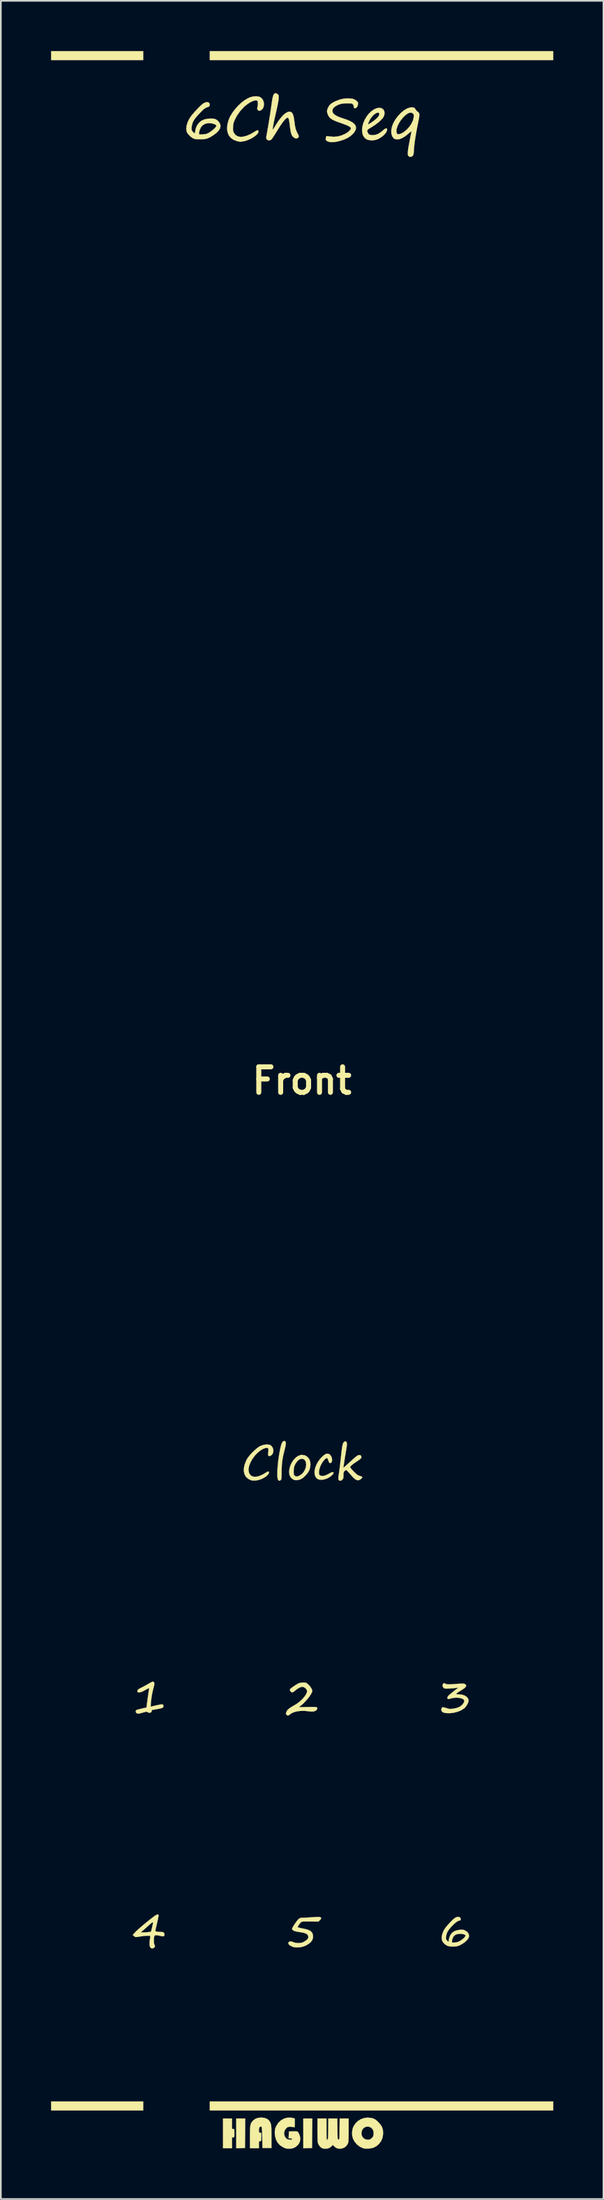
<source format=kicad_pcb>
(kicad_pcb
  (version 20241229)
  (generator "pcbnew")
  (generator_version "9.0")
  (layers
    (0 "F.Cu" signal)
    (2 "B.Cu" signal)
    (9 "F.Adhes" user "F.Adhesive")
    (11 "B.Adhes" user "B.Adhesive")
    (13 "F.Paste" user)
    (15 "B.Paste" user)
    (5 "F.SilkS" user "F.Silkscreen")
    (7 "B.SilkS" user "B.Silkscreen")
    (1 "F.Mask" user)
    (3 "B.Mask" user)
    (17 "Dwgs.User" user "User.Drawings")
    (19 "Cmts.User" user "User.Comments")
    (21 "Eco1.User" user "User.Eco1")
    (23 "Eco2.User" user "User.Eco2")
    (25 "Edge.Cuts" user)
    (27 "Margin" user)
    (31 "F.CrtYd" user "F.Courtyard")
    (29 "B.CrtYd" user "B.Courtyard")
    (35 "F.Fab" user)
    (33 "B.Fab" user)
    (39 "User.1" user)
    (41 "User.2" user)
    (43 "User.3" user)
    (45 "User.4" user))
  (footprint "Front"
    (layer "F.Cu")
    (at 14.991 61.529)
    (property "Reference" "Front" (at 0 0 0) (layer "F.SilkS") (effects (font (size 1.524 1.524) (thickness 0.3))))
    (attr through_hole)
    (fp_poly (pts (xy -9.483 -60.988) (xy -14.986 -60.988) (xy -14.986 -61.524) (xy -9.483 -61.524) (xy -9.483 -60.988)) (stroke (width 0.01) (type solid)) (fill yes) (layer "F.SilkS"))
    (fp_poly (pts (xy -9.483 61.524) (xy -14.986 61.524) (xy -14.986 60.988) (xy -9.483 60.988) (xy -9.483 61.524)) (stroke (width 0.01) (type solid)) (fill yes) (layer "F.SilkS"))
    (fp_poly (pts (xy 15.014 -60.988) (xy -5.503 -60.988) (xy -5.503 -61.524) (xy 15.014 -61.524) (xy 15.014 -60.988)) (stroke (width 0.01) (type solid)) (fill yes) (layer "F.SilkS"))
    (fp_poly (pts (xy 15.014 61.524) (xy -5.503 61.524) (xy -5.503 60.988) (xy 15.014 60.988) (xy 15.014 61.524)) (stroke (width 0.01) (type solid)) (fill yes) (layer "F.SilkS"))
    (fp_poly (pts (xy -3.393 62.886) (xy -3.401 63.768) (xy -3.662 63.776) (xy -3.923 63.784) (xy -3.923 62.004) (xy -3.386 62.004) (xy -3.393 62.886)) (stroke (width 0.01) (type solid)) (fill yes) (layer "F.SilkS"))
    (fp_poly (pts (xy 0.614 62.886) (xy 0.607 63.768) (xy 0.346 63.776) (xy 0.085 63.784) (xy 0.085 62.004) (xy 0.622 62.004) (xy 0.614 62.886)) (stroke (width 0.01) (type solid)) (fill yes) (layer "F.SilkS"))
    (fp_poly (pts (xy -4.177 62.625) (xy -4.106 62.625) (xy -4.073 62.627) (xy -4.052 62.64) (xy -4.041 62.676) (xy -4.037 62.744) (xy -4.036 62.857) (xy -4.036 62.879) (xy -4.036 62.999) (xy -4.04 63.074) (xy -4.05 63.114) (xy -4.069 63.13) (xy -4.1 63.133) (xy -4.106 63.133) (xy -4.177 63.133) (xy -4.177 63.782) (xy -4.713 63.782) (xy -4.713 62.004) (xy -4.177 62.004) (xy -4.177 62.625)) (stroke (width 0.01) (type solid)) (fill yes) (layer "F.SilkS"))
    (fp_poly (pts (xy -0.984 21.555) (xy -0.961 21.636) (xy -0.96 21.671) (xy -0.967 21.74) (xy -0.987 21.847) (xy -1.016 21.977) (xy -1.043 22.085) (xy -1.118 22.391) (xy -1.169 22.671) (xy -1.199 22.949) (xy -1.212 23.247) (xy -1.213 23.371) (xy -1.214 23.54) (xy -1.217 23.662) (xy -1.222 23.746) (xy -1.232 23.8) (xy -1.246 23.835) (xy -1.265 23.858) (xy -1.329 23.899) (xy -1.381 23.888) (xy -1.424 23.841) (xy -1.449 23.771) (xy -1.464 23.653) (xy -1.469 23.494) (xy -1.465 23.302) (xy -1.451 23.084) (xy -1.429 22.849) (xy -1.4 22.603) (xy -1.363 22.353) (xy -1.319 22.108) (xy -1.294 21.985) (xy -1.253 21.814) (xy -1.215 21.69) (xy -1.174 21.606) (xy -1.129 21.552) (xy -1.099 21.532) (xy -1.032 21.519) (xy -0.984 21.555)) (stroke (width 0.01) (type solid)) (fill yes) (layer "F.SilkS"))
    (fp_poly (pts (xy 1.577 22.285) (xy 1.614 22.298) (xy 1.693 22.356) (xy 1.754 22.447) (xy 1.793 22.555) (xy 1.805 22.666) (xy 1.788 22.762) (xy 1.75 22.817) (xy 1.691 22.847) (xy 1.639 22.821) (xy 1.596 22.74) (xy 1.58 22.691) (xy 1.545 22.59) (xy 1.504 22.544) (xy 1.451 22.55) (xy 1.378 22.606) (xy 1.347 22.638) (xy 1.227 22.792) (xy 1.126 22.974) (xy 1.055 23.164) (xy 1.023 23.332) (xy 1.019 23.454) (xy 1.037 23.534) (xy 1.081 23.581) (xy 1.159 23.607) (xy 1.172 23.61) (xy 1.29 23.611) (xy 1.43 23.57) (xy 1.597 23.487) (xy 1.643 23.46) (xy 1.756 23.402) (xy 1.838 23.381) (xy 1.884 23.395) (xy 1.89 23.438) (xy 1.851 23.509) (xy 1.788 23.578) (xy 1.651 23.685) (xy 1.492 23.768) (xy 1.325 23.821) (xy 1.163 23.842) (xy 1.02 23.826) (xy 0.969 23.808) (xy 0.862 23.731) (xy 0.792 23.62) (xy 0.757 23.48) (xy 0.757 23.319) (xy 0.791 23.143) (xy 0.858 22.961) (xy 0.955 22.777) (xy 1.083 22.6) (xy 1.183 22.491) (xy 1.305 22.378) (xy 1.406 22.309) (xy 1.493 22.279) (xy 1.577 22.285)) (stroke (width 0.01) (type solid)) (fill yes) (layer "F.SilkS"))
    (fp_poly (pts (xy 0.168 22.376) (xy 0.305 22.45) (xy 0.416 22.574) (xy 0.454 22.64) (xy 0.497 22.774) (xy 0.51 22.936) (xy 0.493 23.104) (xy 0.446 23.26) (xy 0.439 23.276) (xy 0.354 23.419) (xy 0.236 23.564) (xy 0.103 23.693) (xy -0.017 23.781) (xy -0.149 23.837) (xy -0.292 23.864) (xy -0.425 23.859) (xy -0.495 23.838) (xy -0.603 23.764) (xy -0.692 23.658) (xy -0.746 23.539) (xy -0.75 23.52) (xy -0.763 23.334) (xy -0.761 23.321) (xy -0.492 23.321) (xy -0.491 23.435) (xy -0.484 23.507) (xy -0.468 23.553) (xy -0.439 23.587) (xy -0.427 23.596) (xy -0.366 23.637) (xy -0.307 23.647) (xy -0.229 23.627) (xy -0.175 23.606) (xy -0.035 23.522) (xy 0.084 23.401) (xy 0.175 23.256) (xy 0.235 23.098) (xy 0.258 22.937) (xy 0.238 22.787) (xy 0.21 22.716) (xy 0.139 22.629) (xy 0.044 22.588) (xy -0.064 22.592) (xy -0.176 22.642) (xy -0.268 22.722) (xy -0.384 22.876) (xy -0.455 23.038) (xy -0.488 23.225) (xy -0.492 23.321) (xy -0.761 23.321) (xy -0.736 23.142) (xy -0.675 22.954) (xy -0.585 22.778) (xy -0.473 22.622) (xy -0.342 22.494) (xy -0.2 22.403) (xy -0.05 22.357) (xy 0.005 22.353) (xy 0.168 22.376)) (stroke (width 0.01) (type solid)) (fill yes) (layer "F.SilkS"))
    (fp_poly (pts (xy 4.153 61.973) (xy 4.223 61.992) (xy 4.318 62.028) (xy 4.402 62.076) (xy 4.49 62.148) (xy 4.574 62.228) (xy 4.708 62.381) (xy 4.794 62.53) (xy 4.841 62.693) (xy 4.852 62.884) (xy 4.85 62.944) (xy 4.815 63.164) (xy 4.733 63.357) (xy 4.601 63.528) (xy 4.587 63.543) (xy 4.431 63.672) (xy 4.263 63.754) (xy 4.07 63.795) (xy 3.965 63.802) (xy 3.848 63.802) (xy 3.745 63.797) (xy 3.676 63.787) (xy 3.669 63.785) (xy 3.469 63.693) (xy 3.291 63.557) (xy 3.147 63.389) (xy 3.049 63.202) (xy 3.004 63.011) (xy 3 62.836) (xy 3.56 62.836) (xy 3.565 62.974) (xy 3.613 63.097) (xy 3.699 63.193) (xy 3.818 63.255) (xy 3.944 63.274) (xy 4.034 63.265) (xy 4.108 63.23) (xy 4.168 63.18) (xy 4.23 63.115) (xy 4.264 63.051) (xy 4.28 62.964) (xy 4.283 62.931) (xy 4.277 62.772) (xy 4.227 62.647) (xy 4.132 62.552) (xy 4.112 62.539) (xy 3.984 62.491) (xy 3.854 62.493) (xy 3.734 62.541) (xy 3.638 62.632) (xy 3.603 62.69) (xy 3.56 62.836) (xy 3 62.836) (xy 2.999 62.803) (xy 3.035 62.602) (xy 3.069 62.507) (xy 3.182 62.319) (xy 3.334 62.165) (xy 3.515 62.049) (xy 3.718 61.976) (xy 3.934 61.95) (xy 4.153 61.973)) (stroke (width 0.01) (type solid)) (fill yes) (layer "F.SilkS"))
    (fp_poly (pts (xy -2.24 61.967) (xy -2.082 62.026) (xy -1.962 62.125) (xy -1.878 62.265) (xy -1.872 62.28) (xy -1.855 62.33) (xy -1.842 62.386) (xy -1.833 62.458) (xy -1.827 62.552) (xy -1.823 62.678) (xy -1.821 62.843) (xy -1.82 63.055) (xy -1.82 63.091) (xy -1.82 63.768) (xy -2.357 63.768) (xy -2.371 63.133) (xy -2.376 62.928) (xy -2.38 62.771) (xy -2.386 62.658) (xy -2.392 62.58) (xy -2.401 62.531) (xy -2.412 62.504) (xy -2.427 62.492) (xy -2.436 62.489) (xy -2.504 62.496) (xy -2.548 62.551) (xy -2.567 62.654) (xy -2.568 62.699) (xy -2.566 62.787) (xy -2.556 62.832) (xy -2.531 62.849) (xy -2.498 62.851) (xy -2.464 62.853) (xy -2.444 62.866) (xy -2.432 62.902) (xy -2.428 62.97) (xy -2.427 63.082) (xy -2.427 63.105) (xy -2.428 63.225) (xy -2.431 63.3) (xy -2.441 63.34) (xy -2.46 63.356) (xy -2.491 63.359) (xy -2.498 63.359) (xy -2.534 63.362) (xy -2.555 63.377) (xy -2.565 63.418) (xy -2.568 63.496) (xy -2.568 63.571) (xy -2.568 63.782) (xy -3.104 63.782) (xy -3.104 63.129) (xy -3.104 62.889) (xy -3.1 62.698) (xy -3.092 62.548) (xy -3.079 62.432) (xy -3.059 62.342) (xy -3.031 62.271) (xy -2.993 62.211) (xy -2.944 62.154) (xy -2.922 62.131) (xy -2.783 62.025) (xy -2.621 61.966) (xy -2.438 61.948) (xy -2.24 61.967)) (stroke (width 0.01) (type solid)) (fill yes) (layer "F.SilkS"))
    (fp_poly (pts (xy -0.529 61.977) (xy -0.423 62.007) (xy -0.423 62.276) (xy -0.424 62.4) (xy -0.427 62.477) (xy -0.435 62.517) (xy -0.451 62.53) (xy -0.477 62.525) (xy -0.487 62.521) (xy -0.552 62.508) (xy -0.646 62.499) (xy -0.697 62.498) (xy -0.794 62.504) (xy -0.862 62.527) (xy -0.925 62.577) (xy -0.929 62.58) (xy -1.018 62.7) (xy -1.06 62.838) (xy -1.056 62.979) (xy -1.004 63.111) (xy -0.962 63.168) (xy -0.899 63.224) (xy -0.825 63.255) (xy -0.739 63.267) (xy -0.652 63.273) (xy -0.608 63.266) (xy -0.593 63.244) (xy -0.593 63.235) (xy -0.61 63.203) (xy -0.668 63.19) (xy -0.693 63.19) (xy -0.793 63.19) (xy -0.776 62.78) (xy -0.528 62.772) (xy -0.407 62.769) (xy -0.328 62.772) (xy -0.279 62.784) (xy -0.246 62.806) (xy -0.224 62.829) (xy -0.166 62.927) (xy -0.122 63.055) (xy -0.098 63.188) (xy -0.101 63.294) (xy -0.141 63.435) (xy -0.212 63.553) (xy -0.287 63.633) (xy -0.423 63.734) (xy -0.579 63.792) (xy -0.767 63.81) (xy -0.771 63.81) (xy -0.893 63.804) (xy -0.997 63.779) (xy -1.114 63.729) (xy -1.126 63.723) (xy -1.311 63.601) (xy -1.455 63.442) (xy -1.554 63.249) (xy -1.609 63.026) (xy -1.62 62.845) (xy -1.615 62.717) (xy -1.598 62.618) (xy -1.563 62.521) (xy -1.527 62.444) (xy -1.409 62.261) (xy -1.256 62.117) (xy -1.077 62.014) (xy -0.88 61.958) (xy -0.674 61.951) (xy -0.529 61.977)) (stroke (width 0.01) (type solid)) (fill yes) (layer "F.SilkS"))
    (fp_poly (pts (xy -1.915 21.755) (xy -1.852 21.79) (xy -1.766 21.886) (xy -1.717 22.002) (xy -1.705 22.124) (xy -1.728 22.241) (xy -1.785 22.34) (xy -1.875 22.407) (xy -1.908 22.42) (xy -1.977 22.422) (xy -2.015 22.376) (xy -2.023 22.282) (xy -2.011 22.188) (xy -1.997 22.074) (xy -2.002 21.995) (xy -2.008 21.978) (xy -2.058 21.938) (xy -2.141 21.934) (xy -2.249 21.963) (xy -2.374 22.023) (xy -2.509 22.111) (xy -2.646 22.224) (xy -2.655 22.231) (xy -2.82 22.406) (xy -2.961 22.599) (xy -3.073 22.8) (xy -3.151 22.998) (xy -3.187 23.181) (xy -3.189 23.231) (xy -3.169 23.395) (xy -3.11 23.521) (xy -3.017 23.608) (xy -2.893 23.654) (xy -2.742 23.659) (xy -2.568 23.622) (xy -2.375 23.542) (xy -2.24 23.465) (xy -2.128 23.397) (xy -2.053 23.358) (xy -2.007 23.344) (xy -1.981 23.354) (xy -1.967 23.378) (xy -1.971 23.439) (xy -2.016 23.516) (xy -2.094 23.6) (xy -2.188 23.673) (xy -2.381 23.78) (xy -2.582 23.853) (xy -2.778 23.888) (xy -2.956 23.884) (xy -3.042 23.864) (xy -3.212 23.783) (xy -3.34 23.668) (xy -3.426 23.52) (xy -3.469 23.346) (xy -3.467 23.147) (xy -3.421 22.928) (xy -3.329 22.692) (xy -3.293 22.62) (xy -3.216 22.5) (xy -3.104 22.361) (xy -2.971 22.216) (xy -2.827 22.077) (xy -2.684 21.955) (xy -2.555 21.862) (xy -2.498 21.83) (xy -2.343 21.769) (xy -2.185 21.736) (xy -2.038 21.731) (xy -1.915 21.755)) (stroke (width 0.01) (type solid)) (fill yes) (layer "F.SilkS"))
    (fp_poly (pts (xy 1.468 62.641) (xy 1.468 62.847) (xy 1.469 63.003) (xy 1.472 63.116) (xy 1.476 63.192) (xy 1.483 63.239) (xy 1.493 63.262) (xy 1.507 63.27) (xy 1.517 63.269) (xy 1.533 63.262) (xy 1.546 63.242) (xy 1.555 63.204) (xy 1.562 63.139) (xy 1.566 63.041) (xy 1.57 62.904) (xy 1.573 62.72) (xy 1.574 62.632) (xy 1.582 62.004) (xy 2.116 62.004) (xy 2.123 62.632) (xy 2.126 62.836) (xy 2.129 62.99) (xy 2.132 63.101) (xy 2.138 63.177) (xy 2.146 63.224) (xy 2.156 63.249) (xy 2.171 63.258) (xy 2.187 63.26) (xy 2.206 63.258) (xy 2.22 63.247) (xy 2.23 63.22) (xy 2.237 63.17) (xy 2.242 63.091) (xy 2.246 62.975) (xy 2.249 62.816) (xy 2.251 62.632) (xy 2.259 62.004) (xy 2.794 62.004) (xy 2.793 62.703) (xy 2.793 62.924) (xy 2.791 63.096) (xy 2.788 63.227) (xy 2.783 63.325) (xy 2.775 63.398) (xy 2.764 63.452) (xy 2.749 63.496) (xy 2.74 63.517) (xy 2.65 63.653) (xy 2.523 63.749) (xy 2.372 63.8) (xy 2.343 63.804) (xy 2.207 63.808) (xy 2.101 63.785) (xy 2.006 63.729) (xy 1.951 63.683) (xy 1.843 63.586) (xy 1.775 63.659) (xy 1.665 63.75) (xy 1.539 63.798) (xy 1.403 63.81) (xy 1.276 63.799) (xy 1.176 63.761) (xy 1.154 63.747) (xy 1.082 63.681) (xy 1.015 63.592) (xy 0.995 63.557) (xy 0.975 63.516) (xy 0.96 63.475) (xy 0.949 63.426) (xy 0.941 63.361) (xy 0.936 63.273) (xy 0.933 63.153) (xy 0.932 62.995) (xy 0.931 62.791) (xy 0.931 62.718) (xy 0.931 62.004) (xy 1.468 62.004) (xy 1.468 62.641)) (stroke (width 0.01) (type solid)) (fill yes) (layer "F.SilkS"))
    (fp_poly (pts (xy -2.591 -58.811) (xy -2.484 -58.772) (xy -2.374 -58.678) (xy -2.3 -58.548) (xy -2.267 -58.394) (xy -2.268 -58.309) (xy -2.301 -58.158) (xy -2.367 -58.05) (xy -2.471 -57.98) (xy -2.479 -57.977) (xy -2.544 -57.956) (xy -2.588 -57.965) (xy -2.627 -57.999) (xy -2.67 -58.069) (xy -2.668 -58.119) (xy -2.645 -58.225) (xy -2.633 -58.339) (xy -2.632 -58.444) (xy -2.642 -58.523) (xy -2.655 -58.549) (xy -2.716 -58.581) (xy -2.81 -58.577) (xy -2.93 -58.542) (xy -3.066 -58.478) (xy -3.212 -58.388) (xy -3.359 -58.277) (xy -3.453 -58.195) (xy -3.692 -57.938) (xy -3.887 -57.657) (xy -3.998 -57.446) (xy -4.055 -57.317) (xy -4.089 -57.209) (xy -4.108 -57.095) (xy -4.115 -56.995) (xy -4.119 -56.869) (xy -4.113 -56.78) (xy -4.095 -56.709) (xy -4.068 -56.65) (xy -3.975 -56.522) (xy -3.85 -56.439) (xy -3.697 -56.402) (xy -3.516 -56.41) (xy -3.31 -56.463) (xy -3.08 -56.561) (xy -2.83 -56.704) (xy -2.789 -56.731) (xy -2.695 -56.784) (xy -2.635 -56.796) (xy -2.604 -56.765) (xy -2.596 -56.706) (xy -2.622 -56.63) (xy -2.692 -56.543) (xy -2.798 -56.451) (xy -2.93 -56.361) (xy -3.08 -56.277) (xy -3.238 -56.207) (xy -3.395 -56.157) (xy -3.436 -56.147) (xy -3.56 -56.123) (xy -3.651 -56.112) (xy -3.729 -56.114) (xy -3.816 -56.131) (xy -3.891 -56.15) (xy -4.093 -56.229) (xy -4.253 -56.345) (xy -4.37 -56.494) (xy -4.444 -56.674) (xy -4.473 -56.884) (xy -4.455 -57.119) (xy -4.391 -57.378) (xy -4.385 -57.398) (xy -4.289 -57.619) (xy -4.153 -57.845) (xy -3.986 -58.067) (xy -3.796 -58.276) (xy -3.592 -58.463) (xy -3.382 -58.618) (xy -3.175 -58.733) (xy -3.071 -58.775) (xy -2.905 -58.815) (xy -2.74 -58.827) (xy -2.591 -58.811)) (stroke (width 0.01) (type solid)) (fill yes) (layer "F.SilkS"))
    (fp_poly (pts (xy 4.753 -58.116) (xy 4.767 -58.11) (xy 4.863 -58.043) (xy 4.921 -57.942) (xy 4.94 -57.818) (xy 4.916 -57.681) (xy 4.884 -57.604) (xy 4.814 -57.502) (xy 4.703 -57.384) (xy 4.561 -57.259) (xy 4.398 -57.135) (xy 4.225 -57.021) (xy 4.207 -57.01) (xy 4.076 -56.931) (xy 3.986 -56.873) (xy 3.933 -56.829) (xy 3.908 -56.789) (xy 3.906 -56.748) (xy 3.919 -56.697) (xy 3.923 -56.684) (xy 3.97 -56.588) (xy 4.042 -56.53) (xy 4.147 -56.506) (xy 4.27 -56.507) (xy 4.417 -56.53) (xy 4.549 -56.578) (xy 4.682 -56.658) (xy 4.831 -56.777) (xy 4.836 -56.782) (xy 4.944 -56.868) (xy 5.021 -56.91) (xy 5.068 -56.907) (xy 5.089 -56.86) (xy 5.09 -56.817) (xy 5.061 -56.718) (xy 4.989 -56.607) (xy 4.883 -56.495) (xy 4.752 -56.389) (xy 4.607 -56.299) (xy 4.489 -56.245) (xy 4.319 -56.201) (xy 4.141 -56.191) (xy 3.974 -56.214) (xy 3.873 -56.25) (xy 3.748 -56.342) (xy 3.66 -56.471) (xy 3.608 -56.632) (xy 3.594 -56.819) (xy 3.617 -57.025) (xy 3.654 -57.159) (xy 3.957 -57.159) (xy 3.965 -57.15) (xy 3.996 -57.164) (xy 4.059 -57.201) (xy 4.129 -57.245) (xy 4.321 -57.379) (xy 4.469 -57.505) (xy 4.57 -57.618) (xy 4.622 -57.717) (xy 4.628 -57.761) (xy 4.611 -57.825) (xy 4.565 -57.851) (xy 4.496 -57.843) (xy 4.412 -57.804) (xy 4.32 -57.74) (xy 4.227 -57.654) (xy 4.14 -57.55) (xy 4.066 -57.434) (xy 4.056 -57.415) (xy 4 -57.296) (xy 3.966 -57.209) (xy 3.957 -57.159) (xy 3.654 -57.159) (xy 3.678 -57.245) (xy 3.754 -57.421) (xy 3.868 -57.619) (xy 4.003 -57.791) (xy 4.151 -57.933) (xy 4.307 -58.041) (xy 4.464 -58.111) (xy 4.615 -58.137) (xy 4.753 -58.116)) (stroke (width 0.01) (type solid)) (fill yes) (layer "F.SilkS"))
    (fp_poly (pts (xy 0.183 35.958) (xy 0.25 35.973) (xy 0.309 36.009) (xy 0.384 36.074) (xy 0.482 36.179) (xy 0.56 36.29) (xy 0.609 36.392) (xy 0.621 36.455) (xy 0.601 36.535) (xy 0.545 36.643) (xy 0.462 36.771) (xy 0.357 36.909) (xy 0.237 37.049) (xy 0.111 37.181) (xy -0.015 37.297) (xy -0.099 37.363) (xy -0.183 37.425) (xy 0.35 37.417) (xy 0.538 37.414) (xy 0.678 37.414) (xy 0.776 37.417) (xy 0.842 37.422) (xy 0.882 37.432) (xy 0.905 37.445) (xy 0.912 37.455) (xy 0.922 37.517) (xy 0.888 37.583) (xy 0.818 37.641) (xy 0.735 37.676) (xy 0.613 37.692) (xy 0.459 37.68) (xy 0.446 37.678) (xy 0.188 37.65) (xy -0.058 37.649) (xy -0.283 37.675) (xy -0.478 37.725) (xy -0.634 37.799) (xy -0.692 37.843) (xy -0.776 37.907) (xy -0.838 37.927) (xy -0.891 37.907) (xy -0.915 37.886) (xy -0.949 37.844) (xy -0.956 37.8) (xy -0.937 37.734) (xy -0.921 37.696) (xy -0.876 37.617) (xy -0.803 37.54) (xy -0.695 37.459) (xy -0.545 37.367) (xy -0.469 37.325) (xy -0.293 37.216) (xy -0.127 37.088) (xy 0.022 36.949) (xy 0.147 36.807) (xy 0.242 36.67) (xy 0.298 36.546) (xy 0.31 36.467) (xy 0.285 36.383) (xy 0.221 36.303) (xy 0.133 36.241) (xy 0.038 36.21) (xy 0.019 36.209) (xy -0.07 36.228) (xy -0.182 36.28) (xy -0.304 36.356) (xy -0.42 36.448) (xy -0.441 36.468) (xy -0.529 36.531) (xy -0.596 36.543) (xy -0.656 36.512) (xy -0.702 36.451) (xy -0.719 36.385) (xy -0.715 36.362) (xy -0.685 36.328) (xy -0.618 36.274) (xy -0.528 36.207) (xy -0.425 36.137) (xy -0.324 36.072) (xy -0.235 36.021) (xy -0.185 35.996) (xy -0.101 35.973) (xy 0.01 35.958) (xy 0.084 35.955) (xy 0.183 35.958)) (stroke (width 0.01) (type solid)) (fill yes) (layer "F.SilkS"))
    (fp_poly (pts (xy -8.851 35.922) (xy -8.822 35.988) (xy -8.822 36.087) (xy -8.845 36.19) (xy -8.9 36.394) (xy -8.951 36.629) (xy -8.991 36.871) (xy -9.018 37.097) (xy -9.021 37.135) (xy -9.04 37.398) (xy -8.958 37.379) (xy -8.883 37.362) (xy -8.782 37.338) (xy -8.721 37.323) (xy -8.553 37.286) (xy -8.433 37.265) (xy -8.353 37.261) (xy -8.307 37.273) (xy -8.294 37.286) (xy -8.268 37.367) (xy -8.292 37.436) (xy -8.347 37.475) (xy -8.401 37.49) (xy -8.494 37.512) (xy -8.61 37.535) (xy -8.731 37.558) (xy -8.841 37.578) (xy -8.924 37.59) (xy -8.954 37.592) (xy -8.97 37.616) (xy -8.975 37.66) (xy -8.998 37.72) (xy -9.056 37.756) (xy -9.132 37.763) (xy -9.207 37.736) (xy -9.226 37.722) (xy -9.256 37.704) (xy -9.297 37.7) (xy -9.364 37.712) (xy -9.468 37.74) (xy -9.497 37.749) (xy -9.64 37.789) (xy -9.741 37.81) (xy -9.811 37.812) (xy -9.859 37.798) (xy -9.89 37.773) (xy -9.929 37.707) (xy -9.925 37.64) (xy -9.885 37.596) (xy -9.837 37.579) (xy -9.749 37.554) (xy -9.635 37.526) (xy -9.562 37.509) (xy -9.288 37.447) (xy -9.273 37.329) (xy -9.254 37.179) (xy -9.232 37.017) (xy -9.209 36.851) (xy -9.186 36.692) (xy -9.166 36.55) (xy -9.148 36.435) (xy -9.136 36.358) (xy -9.13 36.329) (xy -9.131 36.3) (xy -9.166 36.3) (xy -9.24 36.333) (xy -9.354 36.397) (xy -9.376 36.41) (xy -9.514 36.484) (xy -9.636 36.53) (xy -9.735 36.547) (xy -9.802 36.533) (xy -9.828 36.499) (xy -9.831 36.439) (xy -9.803 36.387) (xy -9.736 36.335) (xy -9.622 36.276) (xy -9.607 36.268) (xy -9.494 36.212) (xy -9.358 36.138) (xy -9.223 36.062) (xy -9.186 36.04) (xy -9.081 35.979) (xy -8.989 35.931) (xy -8.926 35.903) (xy -8.907 35.899) (xy -8.851 35.922)) (stroke (width 0.01) (type solid)) (fill yes) (layer "F.SilkS"))
    (fp_poly (pts (xy 1.028 49.961) (xy 1.082 49.967) (xy 1.113 49.98) (xy 1.115 49.981) (xy 1.15 50.022) (xy 1.148 50.064) (xy 1.105 50.121) (xy 1.073 50.155) (xy 0.988 50.239) (xy 0.6 50.235) (xy 0.398 50.233) (xy 0.245 50.232) (xy 0.132 50.233) (xy 0.052 50.239) (xy -0.004 50.251) (xy -0.044 50.27) (xy -0.076 50.298) (xy -0.107 50.336) (xy -0.14 50.379) (xy -0.199 50.459) (xy -0.24 50.525) (xy -0.254 50.56) (xy -0.226 50.585) (xy -0.143 50.612) (xy -0.005 50.641) (xy 0.007 50.643) (xy 0.22 50.686) (xy 0.382 50.736) (xy 0.502 50.794) (xy 0.584 50.867) (xy 0.637 50.958) (xy 0.665 51.07) (xy 0.662 51.226) (xy 0.604 51.37) (xy 0.49 51.502) (xy 0.322 51.621) (xy 0.2 51.684) (xy 0.034 51.743) (xy -0.149 51.777) (xy -0.331 51.784) (xy -0.493 51.764) (xy -0.549 51.747) (xy -0.681 51.686) (xy -0.77 51.618) (xy -0.811 51.548) (xy -0.802 51.48) (xy -0.789 51.462) (xy -0.726 51.427) (xy -0.633 51.427) (xy -0.526 51.46) (xy -0.505 51.47) (xy -0.391 51.506) (xy -0.231 51.519) (xy -0.212 51.519) (xy -0.09 51.514) (xy 0.003 51.496) (xy 0.095 51.458) (xy 0.139 51.435) (xy 0.272 51.349) (xy 0.353 51.267) (xy 0.385 51.182) (xy 0.378 51.106) (xy 0.342 51.032) (xy 0.278 50.974) (xy 0.179 50.929) (xy 0.037 50.894) (xy -0.136 50.867) (xy -0.319 50.837) (xy -0.451 50.801) (xy -0.536 50.756) (xy -0.581 50.701) (xy -0.587 50.678) (xy -0.576 50.635) (xy -0.537 50.558) (xy -0.479 50.46) (xy -0.409 50.353) (xy -0.335 50.248) (xy -0.264 50.157) (xy -0.205 50.092) (xy -0.191 50.08) (xy -0.127 50.036) (xy -0.053 50.015) (xy 0.052 50.01) (xy 0.138 50.008) (xy 0.265 50.002) (xy 0.419 49.993) (xy 0.584 49.982) (xy 0.642 49.978) (xy 0.816 49.966) (xy 0.942 49.96) (xy 1.028 49.961)) (stroke (width 0.01) (type solid)) (fill yes) (layer "F.SilkS"))
    (fp_poly (pts (xy 9.428 49.979) (xy 9.469 50.02) (xy 9.497 50.094) (xy 9.481 50.151) (xy 9.427 50.178) (xy 9.413 50.179) (xy 9.33 50.203) (xy 9.22 50.273) (xy 9.088 50.386) (xy 8.94 50.535) (xy 8.805 50.692) (xy 8.711 50.83) (xy 8.652 50.961) (xy 8.62 51.098) (xy 8.615 51.142) (xy 8.609 51.236) (xy 8.616 51.295) (xy 8.642 51.34) (xy 8.682 51.379) (xy 8.763 51.455) (xy 8.767 51.423) (xy 8.964 51.423) (xy 8.971 51.471) (xy 8.983 51.484) (xy 9.036 51.495) (xy 9.123 51.492) (xy 9.225 51.476) (xy 9.323 51.452) (xy 9.384 51.428) (xy 9.52 51.349) (xy 9.637 51.263) (xy 9.721 51.181) (xy 9.751 51.138) (xy 9.777 51.08) (xy 9.768 51.047) (xy 9.716 51.016) (xy 9.71 51.013) (xy 9.627 50.986) (xy 9.512 50.971) (xy 9.449 50.969) (xy 9.279 50.987) (xy 9.149 51.042) (xy 9.055 51.139) (xy 8.992 51.28) (xy 8.978 51.336) (xy 8.964 51.423) (xy 8.767 51.423) (xy 8.781 51.312) (xy 8.808 51.197) (xy 8.854 51.079) (xy 8.874 51.04) (xy 8.97 50.913) (xy 9.09 50.823) (xy 9.245 50.764) (xy 9.391 50.736) (xy 9.508 50.723) (xy 9.589 50.721) (xy 9.655 50.732) (xy 9.725 50.758) (xy 9.744 50.766) (xy 9.867 50.845) (xy 9.952 50.951) (xy 9.989 51.073) (xy 9.991 51.099) (xy 9.965 51.203) (xy 9.892 51.316) (xy 9.778 51.432) (xy 9.631 51.543) (xy 9.457 51.644) (xy 9.392 51.675) (xy 9.281 51.708) (xy 9.137 51.727) (xy 8.982 51.731) (xy 8.834 51.72) (xy 8.715 51.695) (xy 8.692 51.686) (xy 8.565 51.609) (xy 8.454 51.503) (xy 8.394 51.415) (xy 8.357 51.289) (xy 8.357 51.135) (xy 8.394 50.966) (xy 8.463 50.793) (xy 8.544 50.656) (xy 8.62 50.555) (xy 8.722 50.435) (xy 8.836 50.31) (xy 8.951 50.191) (xy 9.054 50.093) (xy 9.127 50.033) (xy 9.24 49.971) (xy 9.344 49.953) (xy 9.428 49.979)) (stroke (width 0.01) (type solid)) (fill yes) (layer "F.SilkS"))
    (fp_poly (pts (xy 6.67 -58.156) (xy 6.738 -58.122) (xy 6.783 -58.055) (xy 6.785 -58.05) (xy 6.83 -57.982) (xy 6.9 -57.916) (xy 6.916 -57.905) (xy 6.967 -57.865) (xy 7 -57.819) (xy 7.017 -57.757) (xy 7.018 -57.672) (xy 7.003 -57.553) (xy 6.973 -57.393) (xy 6.957 -57.317) (xy 6.885 -56.958) (xy 6.823 -56.62) (xy 6.772 -56.311) (xy 6.732 -56.037) (xy 6.707 -55.805) (xy 6.697 -55.674) (xy 6.688 -55.521) (xy 6.676 -55.414) (xy 6.661 -55.341) (xy 6.64 -55.292) (xy 6.626 -55.272) (xy 6.551 -55.216) (xy 6.464 -55.206) (xy 6.382 -55.242) (xy 6.364 -55.259) (xy 6.341 -55.301) (xy 6.328 -55.368) (xy 6.328 -55.463) (xy 6.34 -55.593) (xy 6.364 -55.762) (xy 6.402 -55.976) (xy 6.449 -56.219) (xy 6.48 -56.379) (xy 6.508 -56.52) (xy 6.53 -56.633) (xy 6.543 -56.709) (xy 6.547 -56.736) (xy 6.528 -56.729) (xy 6.478 -56.691) (xy 6.404 -56.628) (xy 6.36 -56.588) (xy 6.18 -56.442) (xy 6.003 -56.333) (xy 5.838 -56.267) (xy 5.703 -56.247) (xy 5.573 -56.264) (xy 5.477 -56.321) (xy 5.402 -56.425) (xy 5.388 -56.455) (xy 5.343 -56.621) (xy 5.342 -56.752) (xy 5.644 -56.752) (xy 5.661 -56.638) (xy 5.672 -56.615) (xy 5.703 -56.574) (xy 5.748 -56.56) (xy 5.82 -56.566) (xy 5.914 -56.593) (xy 6.026 -56.648) (xy 6.09 -56.689) (xy 6.262 -56.83) (xy 6.415 -56.998) (xy 6.54 -57.182) (xy 6.631 -57.369) (xy 6.678 -57.548) (xy 6.681 -57.575) (xy 6.687 -57.672) (xy 6.678 -57.734) (xy 6.652 -57.779) (xy 6.636 -57.796) (xy 6.548 -57.847) (xy 6.442 -57.847) (xy 6.318 -57.795) (xy 6.18 -57.692) (xy 6.046 -57.56) (xy 5.912 -57.396) (xy 5.802 -57.224) (xy 5.718 -57.054) (xy 5.664 -56.894) (xy 5.644 -56.752) (xy 5.342 -56.752) (xy 5.342 -56.81) (xy 5.384 -57.016) (xy 5.467 -57.23) (xy 5.586 -57.438) (xy 5.748 -57.654) (xy 5.922 -57.839) (xy 6.101 -57.986) (xy 6.28 -58.093) (xy 6.451 -58.153) (xy 6.563 -58.166) (xy 6.67 -58.156)) (stroke (width 0.01) (type solid)) (fill yes) (layer "F.SilkS"))
    (fp_poly (pts (xy 2.918 -58.694) (xy 3.059 -58.668) (xy 3.172 -58.621) (xy 3.263 -58.554) (xy 3.325 -58.495) (xy 3.352 -58.445) (xy 3.354 -58.378) (xy 3.35 -58.338) (xy 3.318 -58.224) (xy 3.257 -58.145) (xy 3.174 -58.11) (xy 3.158 -58.11) (xy 3.118 -58.125) (xy 3.105 -58.18) (xy 3.104 -58.191) (xy 3.086 -58.274) (xy 3.05 -58.339) (xy 3.022 -58.369) (xy 2.988 -58.389) (xy 2.936 -58.4) (xy 2.853 -58.405) (xy 2.729 -58.406) (xy 2.705 -58.406) (xy 2.496 -58.398) (xy 2.324 -58.37) (xy 2.172 -58.319) (xy 2.021 -58.239) (xy 1.997 -58.224) (xy 1.895 -58.142) (xy 1.839 -58.051) (xy 1.836 -58.043) (xy 1.821 -57.934) (xy 1.854 -57.835) (xy 1.936 -57.743) (xy 2.068 -57.656) (xy 2.254 -57.574) (xy 2.461 -57.504) (xy 2.723 -57.414) (xy 2.93 -57.319) (xy 3.083 -57.219) (xy 3.182 -57.112) (xy 3.23 -56.997) (xy 3.226 -56.872) (xy 3.19 -56.771) (xy 3.108 -56.646) (xy 2.985 -56.519) (xy 2.837 -56.403) (xy 2.749 -56.348) (xy 2.563 -56.259) (xy 2.359 -56.185) (xy 2.151 -56.128) (xy 1.951 -56.094) (xy 1.774 -56.084) (xy 1.651 -56.097) (xy 1.522 -56.137) (xy 1.445 -56.194) (xy 1.418 -56.27) (xy 1.437 -56.369) (xy 1.438 -56.372) (xy 1.469 -56.452) (xy 1.645 -56.427) (xy 1.898 -56.406) (xy 2.124 -56.422) (xy 2.341 -56.477) (xy 2.568 -56.574) (xy 2.604 -56.593) (xy 2.718 -56.663) (xy 2.816 -56.743) (xy 2.889 -56.821) (xy 2.927 -56.889) (xy 2.929 -56.919) (xy 2.903 -56.966) (xy 2.839 -57.017) (xy 2.733 -57.073) (xy 2.581 -57.136) (xy 2.379 -57.209) (xy 2.341 -57.222) (xy 2.124 -57.299) (xy 1.954 -57.367) (xy 1.824 -57.431) (xy 1.726 -57.495) (xy 1.652 -57.564) (xy 1.596 -57.643) (xy 1.573 -57.684) (xy 1.517 -57.82) (xy 1.5 -57.938) (xy 1.524 -58.057) (xy 1.569 -58.161) (xy 1.633 -58.269) (xy 1.713 -58.356) (xy 1.82 -58.434) (xy 1.968 -58.513) (xy 2.005 -58.53) (xy 2.277 -58.635) (xy 2.542 -58.691) (xy 2.736 -58.702) (xy 2.918 -58.694)) (stroke (width 0.01) (type solid)) (fill yes) (layer "F.SilkS"))
    (fp_poly (pts (xy -1.511 -58.994) (xy -1.448 -58.951) (xy -1.411 -58.914) (xy -1.392 -58.874) (xy -1.385 -58.816) (xy -1.388 -58.725) (xy -1.391 -58.674) (xy -1.402 -58.578) (xy -1.425 -58.44) (xy -1.457 -58.274) (xy -1.495 -58.093) (xy -1.533 -57.926) (xy -1.591 -57.676) (xy -1.642 -57.449) (xy -1.684 -57.248) (xy -1.716 -57.081) (xy -1.738 -56.953) (xy -1.747 -56.869) (xy -1.745 -56.84) (xy -1.728 -56.85) (xy -1.69 -56.901) (xy -1.636 -56.983) (xy -1.589 -57.061) (xy -1.438 -57.302) (xy -1.289 -57.506) (xy -1.144 -57.671) (xy -1.006 -57.795) (xy -0.879 -57.875) (xy -0.765 -57.91) (xy -0.667 -57.896) (xy -0.601 -57.849) (xy -0.555 -57.783) (xy -0.518 -57.696) (xy -0.488 -57.576) (xy -0.462 -57.413) (xy -0.451 -57.333) (xy -0.425 -57.136) (xy -0.398 -56.981) (xy -0.366 -56.855) (xy -0.326 -56.746) (xy -0.274 -56.64) (xy -0.264 -56.621) (xy -0.212 -56.52) (xy -0.188 -56.453) (xy -0.189 -56.406) (xy -0.196 -56.392) (xy -0.258 -56.324) (xy -0.341 -56.304) (xy -0.435 -56.331) (xy -0.522 -56.396) (xy -0.571 -56.452) (xy -0.61 -56.515) (xy -0.64 -56.595) (xy -0.667 -56.701) (xy -0.69 -56.842) (xy -0.715 -57.028) (xy -0.72 -57.075) (xy -0.744 -57.258) (xy -0.767 -57.39) (xy -0.79 -57.478) (xy -0.816 -57.528) (xy -0.845 -57.545) (xy -0.849 -57.545) (xy -0.91 -57.525) (xy -0.988 -57.462) (xy -1.083 -57.356) (xy -1.197 -57.204) (xy -1.332 -57.004) (xy -1.488 -56.755) (xy -1.522 -56.698) (xy -1.606 -56.562) (xy -1.685 -56.439) (xy -1.751 -56.339) (xy -1.798 -56.272) (xy -1.813 -56.254) (xy -1.892 -56.202) (xy -1.982 -56.19) (xy -2.063 -56.217) (xy -2.102 -56.256) (xy -2.126 -56.308) (xy -2.131 -56.37) (xy -2.118 -56.464) (xy -2.116 -56.475) (xy -2.074 -56.706) (xy -2.027 -56.976) (xy -1.978 -57.268) (xy -1.929 -57.568) (xy -1.885 -57.857) (xy -1.846 -58.119) (xy -1.822 -58.289) (xy -1.791 -58.512) (xy -1.761 -58.686) (xy -1.731 -58.815) (xy -1.699 -58.906) (xy -1.663 -58.964) (xy -1.621 -58.997) (xy -1.583 -59.008) (xy -1.511 -58.994)) (stroke (width 0.01) (type solid)) (fill yes) (layer "F.SilkS"))
    (fp_poly (pts (xy -8.569 49.836) (xy -8.566 49.84) (xy -8.566 49.875) (xy -8.578 49.956) (xy -8.6 50.071) (xy -8.63 50.211) (xy -8.65 50.298) (xy -8.685 50.45) (xy -8.716 50.584) (xy -8.741 50.691) (xy -8.756 50.759) (xy -8.76 50.776) (xy -8.747 50.813) (xy -8.688 50.838) (xy -8.579 50.852) (xy -8.436 50.856) (xy -8.321 50.865) (xy -8.252 50.897) (xy -8.219 50.957) (xy -8.213 51.02) (xy -8.229 51.089) (xy -8.28 51.12) (xy -8.371 51.116) (xy -8.441 51.098) (xy -8.549 51.072) (xy -8.655 51.056) (xy -8.697 51.054) (xy -8.77 51.06) (xy -8.807 51.085) (xy -8.825 51.132) (xy -8.839 51.214) (xy -8.845 51.319) (xy -8.844 51.431) (xy -8.836 51.531) (xy -8.822 51.602) (xy -8.811 51.624) (xy -8.779 51.69) (xy -8.798 51.762) (xy -8.829 51.798) (xy -8.909 51.839) (xy -8.993 51.833) (xy -9.042 51.801) (xy -9.087 51.724) (xy -9.106 51.604) (xy -9.1 51.44) (xy -9.09 51.353) (xy -9.075 51.246) (xy -9.065 51.161) (xy -9.06 51.112) (xy -9.059 51.108) (xy -9.086 51.092) (xy -9.157 51.084) (xy -9.265 51.085) (xy -9.398 51.094) (xy -9.546 51.111) (xy -9.638 51.125) (xy -9.773 51.147) (xy -9.864 51.16) (xy -9.923 51.162) (xy -9.963 51.154) (xy -9.996 51.135) (xy -10.034 51.103) (xy -10.034 51.102) (xy -10.109 51.038) (xy -9.973 50.886) (xy -9.971 50.885) (xy -9.634 50.885) (xy -9.438 50.883) (xy -9.319 50.879) (xy -9.203 50.871) (xy -9.13 50.861) (xy -9.017 50.841) (xy -8.954 50.588) (xy -8.927 50.471) (xy -8.907 50.371) (xy -8.898 50.303) (xy -8.897 50.287) (xy -8.913 50.276) (xy -8.956 50.298) (xy -9.029 50.355) (xy -9.137 50.449) (xy -9.145 50.456) (xy -9.256 50.556) (xy -9.366 50.654) (xy -9.461 50.737) (xy -9.51 50.779) (xy -9.634 50.885) (xy -9.971 50.885) (xy -9.896 50.808) (xy -9.781 50.702) (xy -9.637 50.576) (xy -9.471 50.434) (xy -9.29 50.284) (xy -9.102 50.133) (xy -8.915 49.986) (xy -8.9 49.974) (xy -8.771 49.881) (xy -8.675 49.828) (xy -8.609 49.813) (xy -8.569 49.836)) (stroke (width 0.01) (type solid)) (fill yes) (layer "F.SilkS"))
    (fp_poly (pts (xy 8.556 36.014) (xy 8.581 36.027) (xy 8.62 36.044) (xy 8.661 36.057) (xy 8.715 36.063) (xy 8.79 36.064) (xy 8.896 36.06) (xy 9.042 36.051) (xy 9.18 36.041) (xy 9.362 36.029) (xy 9.497 36.022) (xy 9.593 36.019) (xy 9.659 36.022) (xy 9.704 36.03) (xy 9.737 36.043) (xy 9.752 36.052) (xy 9.806 36.102) (xy 9.817 36.158) (xy 9.782 36.223) (xy 9.701 36.299) (xy 9.569 36.39) (xy 9.5 36.433) (xy 9.363 36.517) (xy 9.274 36.578) (xy 9.229 36.619) (xy 9.229 36.644) (xy 9.27 36.656) (xy 9.351 36.661) (xy 9.387 36.661) (xy 9.562 36.679) (xy 9.715 36.728) (xy 9.837 36.802) (xy 9.922 36.897) (xy 9.961 37.008) (xy 9.962 37.037) (xy 9.943 37.129) (xy 9.893 37.242) (xy 9.822 37.358) (xy 9.741 37.458) (xy 9.703 37.494) (xy 9.537 37.604) (xy 9.334 37.691) (xy 9.108 37.752) (xy 8.875 37.785) (xy 8.65 37.784) (xy 8.496 37.761) (xy 8.395 37.716) (xy 8.34 37.64) (xy 8.331 37.553) (xy 8.349 37.48) (xy 8.389 37.441) (xy 8.459 37.435) (xy 8.567 37.459) (xy 8.632 37.48) (xy 8.737 37.513) (xy 8.817 37.531) (xy 8.896 37.533) (xy 8.996 37.523) (xy 9.057 37.515) (xy 9.246 37.477) (xy 9.395 37.421) (xy 9.518 37.34) (xy 9.605 37.255) (xy 9.682 37.148) (xy 9.706 37.056) (xy 9.675 36.981) (xy 9.659 36.964) (xy 9.566 36.912) (xy 9.435 36.877) (xy 9.28 36.861) (xy 9.118 36.865) (xy 8.963 36.891) (xy 8.93 36.9) (xy 8.815 36.932) (xy 8.743 36.941) (xy 8.706 36.926) (xy 8.693 36.888) (xy 8.692 36.875) (xy 8.711 36.802) (xy 8.742 36.752) (xy 8.785 36.712) (xy 8.86 36.646) (xy 8.958 36.566) (xy 9.065 36.479) (xy 9.17 36.397) (xy 9.261 36.328) (xy 9.285 36.31) (xy 9.356 36.26) (xy 9.243 36.275) (xy 9.165 36.284) (xy 9.05 36.295) (xy 8.917 36.305) (xy 8.842 36.311) (xy 8.703 36.318) (xy 8.608 36.319) (xy 8.544 36.311) (xy 8.499 36.294) (xy 8.485 36.285) (xy 8.422 36.216) (xy 8.402 36.13) (xy 8.428 36.046) (xy 8.437 36.035) (xy 8.471 35.999) (xy 8.503 35.992) (xy 8.556 36.014)) (stroke (width 0.01) (type solid)) (fill yes) (layer "F.SilkS"))
    (fp_poly (pts (xy 2.621 21.545) (xy 2.665 21.598) (xy 2.667 21.599) (xy 2.68 21.626) (xy 2.688 21.659) (xy 2.69 21.708) (xy 2.685 21.78) (xy 2.671 21.883) (xy 2.65 22.024) (xy 2.619 22.212) (xy 2.614 22.241) (xy 2.584 22.426) (xy 2.555 22.603) (xy 2.531 22.759) (xy 2.512 22.883) (xy 2.5 22.965) (xy 2.499 22.972) (xy 2.48 23.126) (xy 2.545 23.071) (xy 2.599 23.022) (xy 2.678 22.952) (xy 2.751 22.885) (xy 2.921 22.731) (xy 3.054 22.61) (xy 3.158 22.52) (xy 3.236 22.455) (xy 3.295 22.411) (xy 3.339 22.384) (xy 3.375 22.369) (xy 3.388 22.366) (xy 3.478 22.365) (xy 3.537 22.407) (xy 3.556 22.478) (xy 3.551 22.517) (xy 3.53 22.556) (xy 3.487 22.599) (xy 3.413 22.656) (xy 3.302 22.732) (xy 3.246 22.769) (xy 3.086 22.879) (xy 2.97 22.971) (xy 2.9 23.042) (xy 2.879 23.088) (xy 2.897 23.121) (xy 2.948 23.183) (xy 3.023 23.267) (xy 3.099 23.347) (xy 3.205 23.452) (xy 3.287 23.523) (xy 3.354 23.568) (xy 3.421 23.596) (xy 3.458 23.607) (xy 3.539 23.632) (xy 3.593 23.659) (xy 3.605 23.671) (xy 3.595 23.72) (xy 3.548 23.776) (xy 3.479 23.828) (xy 3.404 23.861) (xy 3.387 23.865) (xy 3.312 23.866) (xy 3.237 23.84) (xy 3.153 23.784) (xy 3.054 23.691) (xy 2.933 23.558) (xy 2.892 23.511) (xy 2.808 23.413) (xy 2.734 23.333) (xy 2.68 23.279) (xy 2.656 23.261) (xy 2.613 23.27) (xy 2.556 23.309) (xy 2.552 23.313) (xy 2.515 23.356) (xy 2.494 23.406) (xy 2.485 23.482) (xy 2.484 23.572) (xy 2.481 23.68) (xy 2.47 23.751) (xy 2.445 23.8) (xy 2.414 23.835) (xy 2.345 23.89) (xy 2.282 23.899) (xy 2.223 23.874) (xy 2.194 23.847) (xy 2.179 23.803) (xy 2.177 23.731) (xy 2.187 23.624) (xy 2.211 23.471) (xy 2.214 23.453) (xy 2.229 23.354) (xy 2.248 23.211) (xy 2.27 23.036) (xy 2.293 22.839) (xy 2.316 22.634) (xy 2.327 22.535) (xy 2.354 22.286) (xy 2.378 22.086) (xy 2.399 21.93) (xy 2.419 21.812) (xy 2.439 21.725) (xy 2.46 21.662) (xy 2.484 21.618) (xy 2.512 21.587) (xy 2.517 21.583) (xy 2.577 21.541) (xy 2.621 21.545)) (stroke (width 0.01) (type solid)) (fill yes) (layer "F.SilkS"))
    (fp_poly (pts (xy -5.588 -58.463) (xy -5.529 -58.414) (xy -5.507 -58.332) (xy -5.508 -58.309) (xy -5.519 -58.249) (xy -5.549 -58.214) (xy -5.612 -58.187) (xy -5.648 -58.176) (xy -5.721 -58.149) (xy -5.796 -58.105) (xy -5.88 -58.041) (xy -5.978 -57.949) (xy -6.099 -57.824) (xy -6.236 -57.675) (xy -6.373 -57.513) (xy -6.467 -57.377) (xy -6.517 -57.276) (xy -6.567 -57.117) (xy -6.593 -56.972) (xy -6.594 -56.853) (xy -6.575 -56.781) (xy -6.532 -56.721) (xy -6.476 -56.662) (xy -6.424 -56.622) (xy -6.403 -56.615) (xy -6.391 -56.64) (xy -6.378 -56.705) (xy -6.37 -56.768) (xy -6.341 -56.904) (xy -6.289 -57.042) (xy -6.275 -57.068) (xy -6.161 -57.233) (xy -6.018 -57.356) (xy -5.842 -57.439) (xy -5.628 -57.485) (xy -5.453 -57.496) (xy -5.296 -57.491) (xy -5.177 -57.464) (xy -5.079 -57.41) (xy -4.985 -57.321) (xy -4.973 -57.307) (xy -4.89 -57.179) (xy -4.863 -57.046) (xy -4.892 -56.91) (xy -4.976 -56.772) (xy -5.115 -56.632) (xy -5.249 -56.53) (xy -5.407 -56.426) (xy -5.536 -56.353) (xy -5.654 -56.305) (xy -5.774 -56.276) (xy -5.913 -56.261) (xy -6.025 -56.257) (xy -6.193 -56.255) (xy -6.317 -56.262) (xy -6.411 -56.278) (xy -6.457 -56.293) (xy -6.563 -56.349) (xy -6.674 -56.438) (xy -6.777 -56.542) (xy -6.827 -56.61) (xy -6.15 -56.61) (xy -6.139 -56.565) (xy -6.117 -56.548) (xy -6.066 -56.542) (xy -5.979 -56.544) (xy -5.875 -56.554) (xy -5.773 -56.568) (xy -5.693 -56.585) (xy -5.675 -56.591) (xy -5.57 -56.641) (xy -5.456 -56.713) (xy -5.343 -56.798) (xy -5.242 -56.887) (xy -5.163 -56.972) (xy -5.116 -57.043) (xy -5.108 -57.075) (xy -5.134 -57.109) (xy -5.201 -57.147) (xy -5.295 -57.183) (xy -5.392 -57.207) (xy -5.59 -57.221) (xy -5.764 -57.188) (xy -5.911 -57.108) (xy -6.026 -56.986) (xy -6.104 -56.824) (xy -6.107 -56.812) (xy -6.14 -56.69) (xy -6.15 -56.61) (xy -6.827 -56.61) (xy -6.855 -56.649) (xy -6.887 -56.716) (xy -6.912 -56.873) (xy -6.894 -57.055) (xy -6.837 -57.253) (xy -6.741 -57.457) (xy -6.657 -57.594) (xy -6.585 -57.689) (xy -6.487 -57.806) (xy -6.372 -57.936) (xy -6.249 -58.067) (xy -6.129 -58.19) (xy -6.02 -58.294) (xy -5.933 -58.37) (xy -5.901 -58.394) (xy -5.782 -58.454) (xy -5.675 -58.477) (xy -5.588 -58.463)) (stroke (width 0.01) (type solid)) (fill yes) (layer "F.SilkS")))
  (gr_rect
    (start -3 -3)
    (end 33.01 128.345)
    (stroke (width 0.1) (type default))
    (fill no)
    (layer "Edge.Cuts")))
</source>
